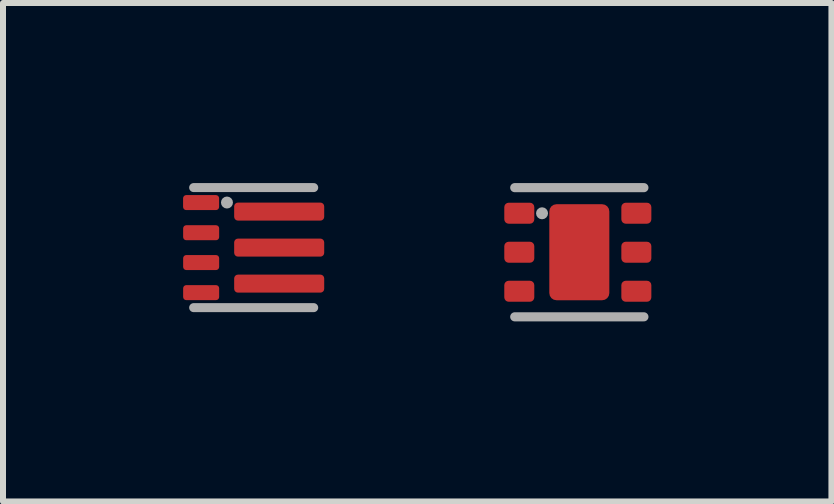
<source format=kicad_pcb>
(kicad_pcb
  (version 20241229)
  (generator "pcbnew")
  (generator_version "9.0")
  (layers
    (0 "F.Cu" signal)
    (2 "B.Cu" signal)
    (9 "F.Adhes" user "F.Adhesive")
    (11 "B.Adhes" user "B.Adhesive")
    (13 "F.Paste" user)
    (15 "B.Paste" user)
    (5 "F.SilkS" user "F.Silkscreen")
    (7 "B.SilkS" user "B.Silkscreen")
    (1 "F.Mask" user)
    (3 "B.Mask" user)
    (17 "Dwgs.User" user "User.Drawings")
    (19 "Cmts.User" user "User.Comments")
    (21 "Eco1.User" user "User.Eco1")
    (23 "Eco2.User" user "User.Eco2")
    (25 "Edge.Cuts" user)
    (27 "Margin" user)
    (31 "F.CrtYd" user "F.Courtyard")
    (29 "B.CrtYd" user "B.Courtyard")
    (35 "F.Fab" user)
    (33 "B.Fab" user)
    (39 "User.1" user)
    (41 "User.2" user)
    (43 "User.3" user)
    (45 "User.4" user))
  (footprint "VSON-7_L2.0-W2.0-P0.5-TL"
    (layer "F.Cu")
    (at 0.951 1.075)
    (property "Reference" "VSON-7_L2.0-W2.0-P0.5-TL" (at -0.075 -2 0) (layer "User.8") (effects (font (size 1 1) (thickness 0.15))))
    (fp_line (start -0.775 -1) (end 1.225 -1) (stroke (width 0.15) (type default)) (layer "F.Fab"))
    (fp_line (start -0.775 1) (end 1.225 1) (stroke (width 0.15) (type default)) (layer "F.Fab"))
    (fp_circle (center -0.22 -0.751) (end -0.17 -0.751) (stroke (width 0.1) (type default)) (fill no) (layer "F.Fab"))
    (fp_poly (pts (xy -0.375 -0.625) (xy -0.789 -0.625) (xy -0.789 -0.875) (xy -0.375 -0.875)) (stroke (width 0.1) (type default)) (fill no) (layer "User.1"))
    (fp_poly (pts (xy -0.374 -0.123) (xy -0.788 -0.123) (xy -0.788 -0.374) (xy -0.374 -0.373)) (stroke (width 0.1) (type default)) (fill no) (layer "User.1"))
    (fp_poly (pts (xy -0.374 0.374) (xy -0.788 0.374) (xy -0.788 0.124) (xy -0.374 0.124)) (stroke (width 0.1) (type default)) (fill no) (layer "User.1"))
    (fp_poly (pts (xy -0.374 0.875) (xy -0.788 0.875) (xy -0.788 0.625) (xy -0.374 0.625)) (stroke (width 0.1) (type default)) (fill no) (layer "User.1"))
    (fp_poly (pts (xy 1.25 -0.475) (xy -0.075 -0.475) (xy -0.075 -0.725) (xy 1.25 -0.725)) (stroke (width 0.1) (type default)) (fill no) (layer "User.1"))
    (fp_poly (pts (xy 1.25 0.126) (xy -0.075 0.126) (xy -0.075 -0.124) (xy 1.25 -0.124)) (stroke (width 0.1) (type default)) (fill no) (layer "User.1"))
    (fp_poly (pts (xy 1.25 0.726) (xy -0.075 0.726) (xy -0.075 0.476) (xy 1.25 0.475)) (stroke (width 0.1) (type default)) (fill no) (layer "User.1"))
    (fp_line (start -0.775 -1) (end 1.225 -1) (stroke (width 0.051) (type default)) (layer "User.2"))
    (fp_line (start -0.775 1) (end -0.775 -1) (stroke (width 0.051) (type default)) (layer "User.2"))
    (fp_line (start 1.225 -1) (end 1.225 1) (stroke (width 0.051) (type default)) (layer "User.2"))
    (fp_line (start 1.225 1) (end -0.775 1) (stroke (width 0.051) (type default)) (layer "User.2"))
    (pad "1" smd roundrect (at -0.651 -0.75 180) (size 0.6 0.25) (layers "F.Cu" "F.Mask" "F.Paste") (roundrect_rratio 0.21))
    (pad "2" smd roundrect (at -0.65 -0.248 180) (size 0.6 0.25) (layers "F.Cu" "F.Mask" "F.Paste") (roundrect_rratio 0.21))
    (pad "3" smd roundrect (at -0.65 0.249 180) (size 0.6 0.25) (layers "F.Cu" "F.Mask" "F.Paste") (roundrect_rratio 0.21))
    (pad "4" smd roundrect (at -0.65 0.75 180) (size 0.6 0.25) (layers "F.Cu" "F.Mask" "F.Paste") (roundrect_rratio 0.21))
    (pad "5" smd roundrect (at 0.65 0.6 180) (size 1.5 0.3) (layers "F.Cu" "F.Mask" "F.Paste") (roundrect_rratio 0.21))
    (pad "6" smd roundrect (at 0.65 0 180) (size 1.5 0.3) (layers "F.Cu" "F.Mask" "F.Paste") (roundrect_rratio 0.21))
    (pad "7" smd roundrect (at 0.65 -0.6 180) (size 1.5 0.3) (layers "F.Cu" "F.Mask" "F.Paste") (roundrect_rratio 0.21)))
  (footprint "WSON-6_L2.0-W2.0-P0.65-TL-EP"
    (layer "F.Cu")
    (at 6.601 1.152)
    (property "Reference" "WSON-6_L2.0-W2.0-P0.65-TL-EP" (at -0.225 -1.852 0) (layer "User.8") (effects (font (size 1 1) (thickness 0.15))))
    (fp_line (start -1.076 -1.076) (end 1.076 -1.076) (stroke (width 0.152) (type default)) (layer "F.Fab"))
    (fp_line (start -1.076 1.076) (end 1.076 1.076) (stroke (width 0.152) (type default)) (layer "F.Fab"))
    (fp_circle (center -0.621 -0.649) (end -0.621 -0.599) (stroke (width 0.1) (type default)) (fill no) (layer "F.Fab"))
    (fp_poly (pts (xy -1 -0.8) (xy -0.75 -0.8) (xy -0.75 -0.5) (xy -1 -0.5)) (stroke (width 0.1) (type default)) (fill no) (layer "User.1"))
    (fp_poly (pts (xy -1 -0.15) (xy -0.75 -0.15) (xy -0.75 0.15) (xy -1 0.15)) (stroke (width 0.1) (type default)) (fill no) (layer "User.1"))
    (fp_poly (pts (xy -1 0.5) (xy -0.75 0.5) (xy -0.75 0.8) (xy -1 0.8)) (stroke (width 0.1) (type default)) (fill no) (layer "User.1"))
    (fp_poly (pts (xy 1 -0.8) (xy 0.75 -0.8) (xy 0.75 -0.5) (xy 1 -0.5)) (stroke (width 0.1) (type default)) (fill no) (layer "User.1"))
    (fp_poly (pts (xy 1 -0.15) (xy 0.75 -0.15) (xy 0.75 0.15) (xy 1 0.15)) (stroke (width 0.1) (type default)) (fill no) (layer "User.1"))
    (fp_poly (pts (xy 1 0.5) (xy 0.75 0.5) (xy 0.75 0.8) (xy 1 0.8)) (stroke (width 0.1) (type default)) (fill no) (layer "User.1"))
    (fp_line (start -1 -1) (end 1 -1) (stroke (width 0.051) (type default)) (layer "User.2"))
    (fp_line (start -1 1) (end -1 -1) (stroke (width 0.051) (type default)) (layer "User.2"))
    (fp_line (start 1 -1) (end 1 1) (stroke (width 0.051) (type default)) (layer "User.2"))
    (fp_line (start 1 1) (end -1 1) (stroke (width 0.051) (type default)) (layer "User.2"))
    (fp_poly (pts (xy -0.94 -1) (xy -0.958 -1.042) (xy -1 -1.06) (xy -1.042 -1.042) (xy -1.06 -1) (xy -1.042 -0.958) (xy -1 -0.94) (xy -0.958 -0.958)) (stroke (width 0.1) (type default)) (fill no) (layer "User.3"))
    (pad "" smd roundrect (at 0 0 90) (size 1.2 0.65) (layers "F.Paste") (roundrect_rratio 0.12))
    (pad "1" smd roundrect (at -1 -0.65 270) (size 0.35 0.5) (layers "F.Cu" "F.Mask" "F.Paste") (roundrect_rratio 0.21))
    (pad "2" smd roundrect (at -1 0 270) (size 0.35 0.5) (layers "F.Cu" "F.Mask" "F.Paste") (roundrect_rratio 0.21))
    (pad "3" smd roundrect (at -1 0.65 270) (size 0.35 0.5) (layers "F.Cu" "F.Mask" "F.Paste") (roundrect_rratio 0.21))
    (pad "4" smd roundrect (at 0.95 0.65 270) (size 0.35 0.5) (layers "F.Cu" "F.Mask" "F.Paste") (roundrect_rratio 0.21))
    (pad "5" smd roundrect (at 0.95 0 270) (size 0.35 0.5) (layers "F.Cu" "F.Mask" "F.Paste") (roundrect_rratio 0.21))
    (pad "6" smd roundrect (at 0.95 -0.65 270) (size 0.35 0.5) (layers "F.Cu" "F.Mask" "F.Paste") (roundrect_rratio 0.21))
    (pad "7" smd roundrect (at 0 0) (size 1 1.6) (layers "F.Cu" "F.Mask") (roundrect_rratio 0.12)))
  (gr_rect
    (start -3 -3)
    (end 10.801 5.304)
    (stroke (width 0.1) (type default))
    (fill no)
    (layer "Edge.Cuts")))
</source>
